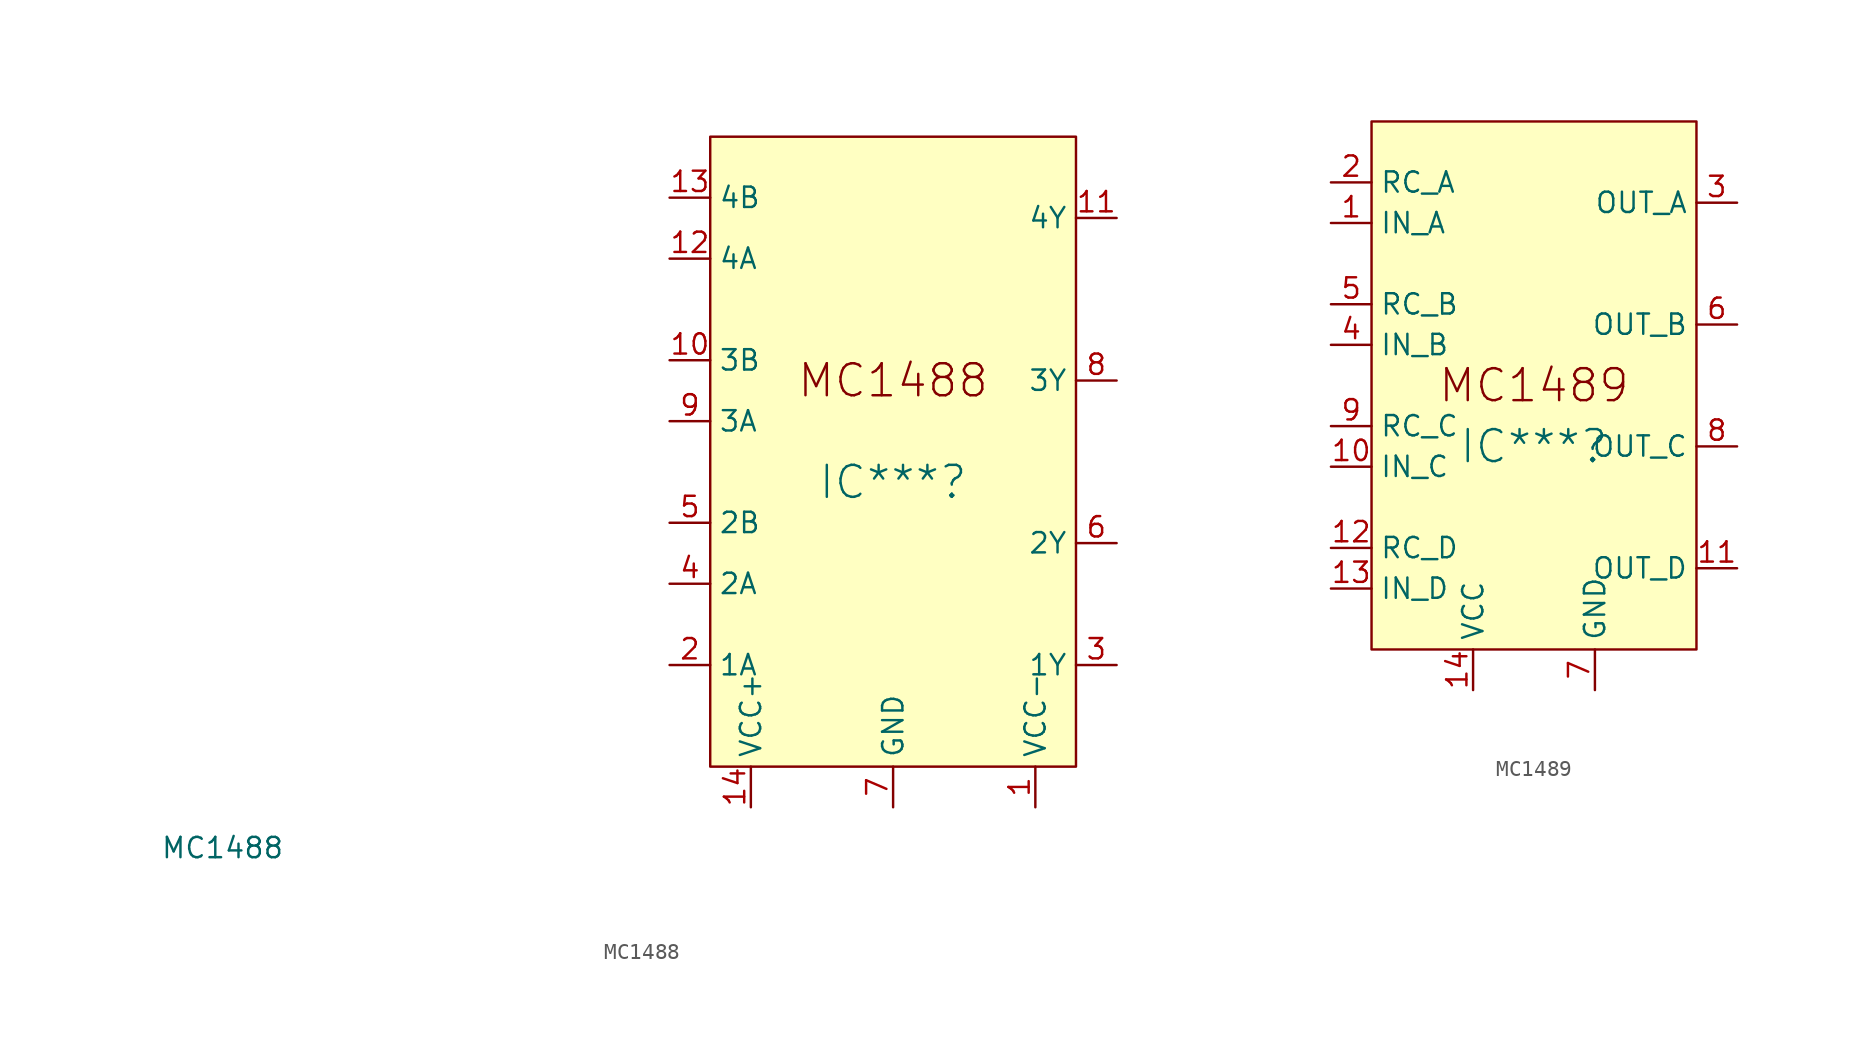
<source format=kicad_sym>
(kicad_symbol_lib
  (version 20220914)
  (generator kicad_symbol_editor)
  (symbol "MC1488"
    (property "Reference" "IC***"
      (at 0 -2.54 0)
      (effects (font (size 2 2))))
    (property "Value" "MC1488"
      (at -41.91 -25.4 0)
      (effects (font (size 1.27 1.27))))
    (symbol "MC1488_0_0"
      (pin power_in line (at 8.89 -22.86 90) (length 2.54) (name "VCC-" (effects (font (size 1.27 1.27)))) (number "1" (effects (font (size 1.27 1.27)))))
      (pin input line (at -13.97 5.08 0) (length 2.54) (name "3B" (effects (font (size 1.27 1.27)))) (number "10" (effects (font (size 1.27 1.27)))))
      (pin output line (at 13.97 13.97 180) (length 2.54) (name "4Y" (effects (font (size 1.27 1.27)))) (number "11" (effects (font (size 1.27 1.27)))))
      (pin input line (at -13.97 11.43 0) (length 2.54) (name "4A" (effects (font (size 1.27 1.27)))) (number "12" (effects (font (size 1.27 1.27)))))
      (pin input line (at -13.97 15.24 0) (length 2.54) (name "4B" (effects (font (size 1.27 1.27)))) (number "13" (effects (font (size 1.27 1.27)))))
      (pin power_in line (at -8.89 -22.86 90) (length 2.54) (name "VCC+" (effects (font (size 1.27 1.27)))) (number "14" (effects (font (size 1.27 1.27)))))
      (pin input line (at -13.97 -13.97 0) (length 2.54) (name "1A" (effects (font (size 1.27 1.27)))) (number "2" (effects (font (size 1.27 1.27)))))
      (pin output line (at 13.97 -13.97 180) (length 2.54) (name "1Y" (effects (font (size 1.27 1.27)))) (number "3" (effects (font (size 1.27 1.27)))))
      (pin input line (at -13.97 -8.89 0) (length 2.54) (name "2A" (effects (font (size 1.27 1.27)))) (number "4" (effects (font (size 1.27 1.27)))))
      (pin input line (at -13.97 -5.08 0) (length 2.54) (name "2B" (effects (font (size 1.27 1.27)))) (number "5" (effects (font (size 1.27 1.27)))))
      (pin output line (at 13.97 -6.35 180) (length 2.54) (name "2Y" (effects (font (size 1.27 1.27)))) (number "6" (effects (font (size 1.27 1.27)))))
      (pin power_in line (at 0 -22.86 90) (length 2.54) (name "GND" (effects (font (size 1.27 1.27)))) (number "7" (effects (font (size 1.27 1.27)))))
      (pin output line (at 13.97 3.81 180) (length 2.54) (name "3Y" (effects (font (size 1.27 1.27)))) (number "8" (effects (font (size 1.27 1.27)))))
      (pin input line (at -13.97 1.27 0) (length 2.54) (name "3A" (effects (font (size 1.27 1.27)))) (number "9" (effects (font (size 1.27 1.27))))))
    (symbol "MC1488_1_1"
      (rectangle (start -11.43 19.05) (end 11.43 -20.32) (stroke (width 0) (type solid)) (fill (type background)))
      (text "MC1488" (at 0 3.81 0) (effects (font (size 2 2))))))
  (symbol "MC1489"
    (property "Reference" "IC***"
      (at 0 -3.81 0)
      (effects (font (size 2 2))))
    (symbol "MC1489_0_0"
      (pin input line (at -12.7 10.16 0) (length 2.54) (name "IN_A" (effects (font (size 1.27 1.27)))) (number "1" (effects (font (size 1.27 1.27)))))
      (pin input line (at -12.7 -5.08 0) (length 2.54) (name "IN_C" (effects (font (size 1.27 1.27)))) (number "10" (effects (font (size 1.27 1.27)))))
      (pin output line (at 12.7 -11.43 180) (length 2.54) (name "OUT_D" (effects (font (size 1.27 1.27)))) (number "11" (effects (font (size 1.27 1.27)))))
      (pin input line (at -12.7 -10.16 0) (length 2.54) (name "RC_D" (effects (font (size 1.27 1.27)))) (number "12" (effects (font (size 1.27 1.27)))))
      (pin input line (at -12.7 -12.7 0) (length 2.54) (name "IN_D" (effects (font (size 1.27 1.27)))) (number "13" (effects (font (size 1.27 1.27)))))
      (pin power_in line (at -3.81 -19.05 90) (length 2.54) (name "VCC" (effects (font (size 1.27 1.27)))) (number "14" (effects (font (size 1.27 1.27)))))
      (pin input line (at -12.7 12.7 0) (length 2.54) (name "RC_A" (effects (font (size 1.27 1.27)))) (number "2" (effects (font (size 1.27 1.27)))))
      (pin output line (at 12.7 11.43 180) (length 2.54) (name "OUT_A" (effects (font (size 1.27 1.27)))) (number "3" (effects (font (size 1.27 1.27)))))
      (pin input line (at -12.7 2.54 0) (length 2.54) (name "IN_B" (effects (font (size 1.27 1.27)))) (number "4" (effects (font (size 1.27 1.27)))))
      (pin input line (at -12.7 5.08 0) (length 2.54) (name "RC_B" (effects (font (size 1.27 1.27)))) (number "5" (effects (font (size 1.27 1.27)))))
      (pin output line (at 12.7 3.81 180) (length 2.54) (name "OUT_B" (effects (font (size 1.27 1.27)))) (number "6" (effects (font (size 1.27 1.27)))))
      (pin power_in line (at 3.81 -19.05 90) (length 2.54) (name "GND" (effects (font (size 1.27 1.27)))) (number "7" (effects (font (size 1.27 1.27)))))
      (pin output line (at 12.7 -3.81 180) (length 2.54) (name "OUT_C" (effects (font (size 1.27 1.27)))) (number "8" (effects (font (size 1.27 1.27)))))
      (pin input line (at -12.7 -2.54 0) (length 2.54) (name "RC_C" (effects (font (size 1.27 1.27)))) (number "9" (effects (font (size 1.27 1.27))))))
    (symbol "MC1489_1_1"
      (rectangle (start -10.16 16.51) (end 10.16 -16.51) (stroke (width 0) (type default)) (fill (type background)))
      (text "MC1489" (at 0 0 0) (effects (font (size 2 2)))))))
</source>
